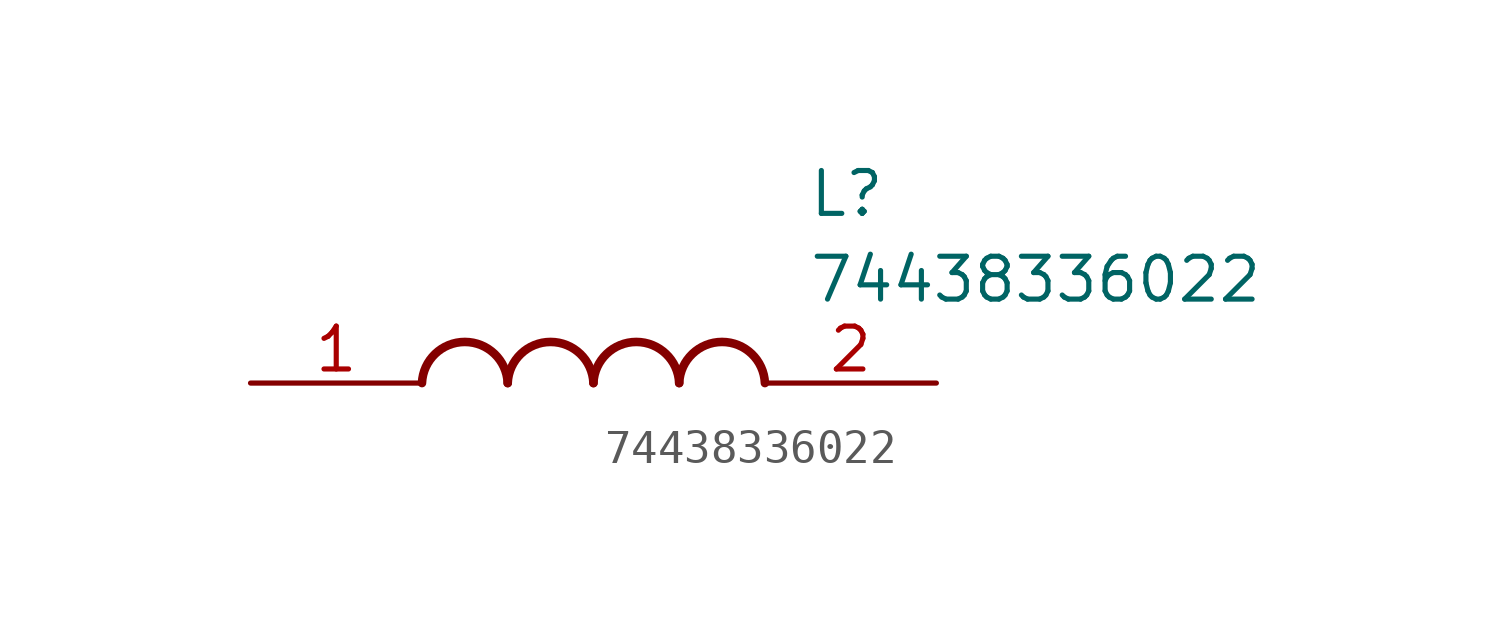
<source format=kicad_sym>
(kicad_symbol_lib
  (version 20211014)
  (generator SamacSys_ECAD_Model)
  (symbol "74438336022"
    (pin_names hide)
    (property "Reference" "L"
      (at 16.51 6.35 0)
      (effects (font (size 1.27 1.27)) (justify left top)))
    (property "Value" "74438336022"
      (at 16.51 3.81 0)
      (effects (font (size 1.27 1.27)) (justify left top)))
    (arc
      (start 7.62 0)
      (mid 6.35 1.219)
      (end 5.08 0)
      (stroke (width 0.254) (type default))
      (fill (type none)))
    (arc
      (start 10.16 0)
      (mid 8.89 1.219)
      (end 7.62 0)
      (stroke (width 0.254) (type default))
      (fill (type none)))
    (arc
      (start 12.7 0)
      (mid 11.43 1.219)
      (end 10.16 0)
      (stroke (width 0.254) (type default))
      (fill (type none)))
    (arc
      (start 15.24 0)
      (mid 13.97 1.219)
      (end 12.7 0)
      (stroke (width 0.254) (type default))
      (fill (type none)))
    (pin passive line
      (at 0 0 0)
      (length 5.08)
      (name "1" (effects (font (size 1.27 1.27))))
      (number "1" (effects (font (size 1.27 1.27)))))
    (pin passive line
      (at 20.32 0 180)
      (length 5.08)
      (name "2" (effects (font (size 1.27 1.27))))
      (number "2" (effects (font (size 1.27 1.27)))))))
</source>
